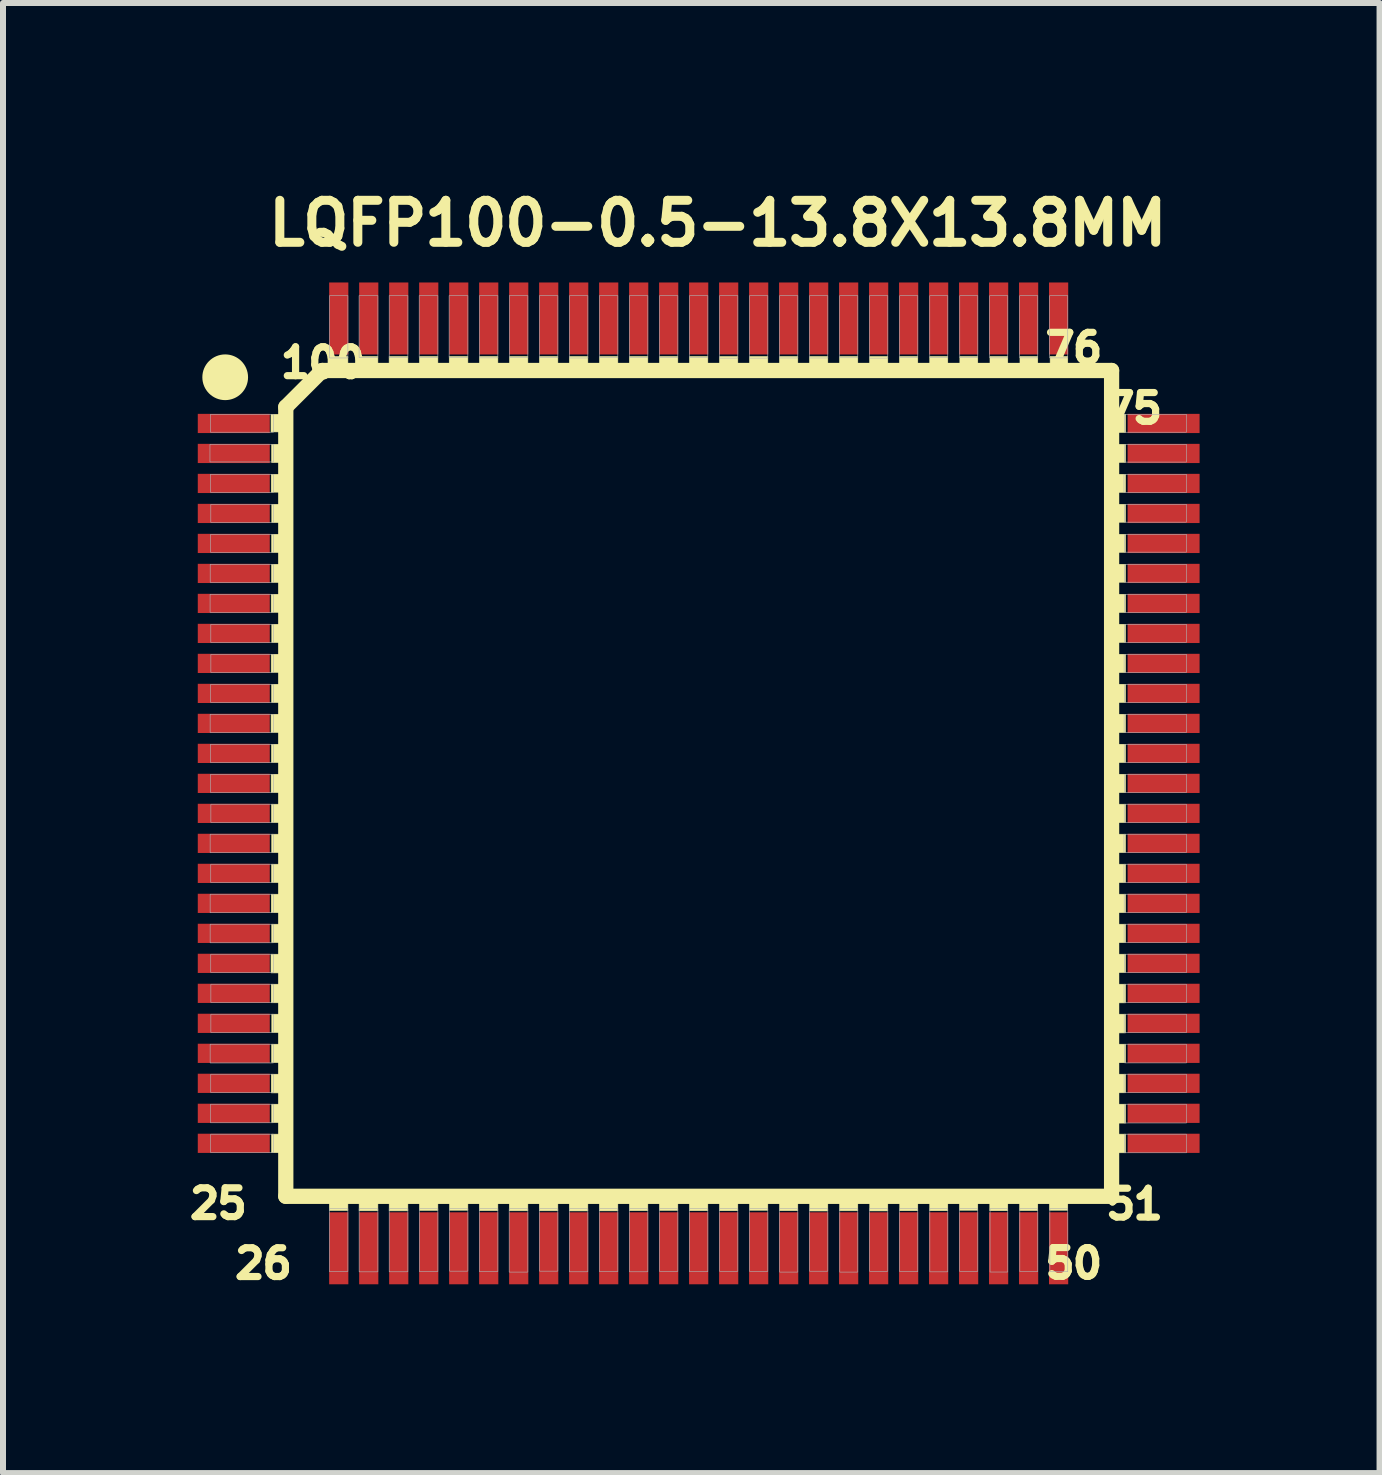
<source format=kicad_pcb>
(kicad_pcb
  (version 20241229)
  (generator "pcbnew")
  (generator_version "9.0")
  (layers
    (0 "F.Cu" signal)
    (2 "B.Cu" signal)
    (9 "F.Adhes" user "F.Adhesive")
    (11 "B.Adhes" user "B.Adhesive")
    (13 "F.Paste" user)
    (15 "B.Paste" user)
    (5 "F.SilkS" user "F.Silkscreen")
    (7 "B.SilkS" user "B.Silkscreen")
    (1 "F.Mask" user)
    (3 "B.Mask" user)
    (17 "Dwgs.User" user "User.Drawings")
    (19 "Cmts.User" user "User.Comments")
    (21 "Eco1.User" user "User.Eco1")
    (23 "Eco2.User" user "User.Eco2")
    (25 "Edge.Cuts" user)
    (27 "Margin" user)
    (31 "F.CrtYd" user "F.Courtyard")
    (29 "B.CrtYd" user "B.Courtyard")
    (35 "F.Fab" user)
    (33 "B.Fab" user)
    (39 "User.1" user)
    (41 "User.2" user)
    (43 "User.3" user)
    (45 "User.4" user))
  (footprint "LQFP100-0.5-13.8X13.8MM"
    (layer "F.Cu")
    (at 8.597 10.009)
    (property "Reference" "LQFP100-0.5-13.8X13.8MM" (at 0.318 -9.336 0) (layer "F.SilkS") (effects (font (size 0.7 0.7) (thickness 0.15))))
    (attr smd)
    (fp_line (start -6.883 -6.274) (end -6.274 -6.883) (stroke (width 0.254) (type solid)) (layer "F.SilkS"))
    (fp_line (start -6.883 6.883) (end -6.883 -6.274) (stroke (width 0.254) (type solid)) (layer "F.SilkS"))
    (fp_line (start -6.274 -6.883) (end 6.883 -6.883) (stroke (width 0.254) (type solid)) (layer "F.SilkS"))
    (fp_line (start 6.883 -6.883) (end 6.883 6.883) (stroke (width 0.254) (type solid)) (layer "F.SilkS"))
    (fp_line (start 6.883 6.883) (end -6.883 6.883) (stroke (width 0.254) (type solid)) (layer "F.SilkS"))
    (fp_circle (center -7.893 -6.77) (end -7.512 -6.77) (stroke (width 0) (type solid)) (fill yes) (layer "F.SilkS"))
    (fp_poly (pts (xy -7.129 2.848) (xy -6.861 2.848) (xy -6.861 3.159) (xy -7.129 3.159)) (stroke (width 0.01) (type solid)) (fill yes) (layer "F.SilkS"))
    (fp_poly (pts (xy -7.129 -6.152) (xy -6.861 -6.152) (xy -6.861 -5.859) (xy -7.129 -5.859)) (stroke (width 0.01) (type solid)) (fill yes) (layer "F.SilkS"))
    (fp_poly (pts (xy -7.128 -1.152) (xy -6.861 -1.152) (xy -6.861 -0.849) (xy -7.128 -0.849)) (stroke (width 0.01) (type solid)) (fill yes) (layer "F.SilkS"))
    (fp_poly (pts (xy -7.127 -0.152) (xy -6.861 -0.152) (xy -6.861 0.153) (xy -7.127 0.153)) (stroke (width 0.01) (type solid)) (fill yes) (layer "F.SilkS"))
    (fp_poly (pts (xy -7.126 -2.152) (xy -6.861 -2.152) (xy -6.861 -1.851) (xy -7.126 -1.851)) (stroke (width 0.01) (type solid)) (fill yes) (layer "F.SilkS"))
    (fp_poly (pts (xy -7.126 -3.152) (xy -6.861 -3.152) (xy -6.861 -2.852) (xy -7.126 -2.852)) (stroke (width 0.01) (type solid)) (fill yes) (layer "F.SilkS"))
    (fp_poly (pts (xy -7.125 -5.152) (xy -6.861 -5.152) (xy -6.861 -4.855) (xy -7.125 -4.855)) (stroke (width 0.01) (type solid)) (fill yes) (layer "F.SilkS"))
    (fp_poly (pts (xy -7.125 3.348) (xy -6.861 3.348) (xy -6.861 3.657) (xy -7.125 3.657)) (stroke (width 0.01) (type solid)) (fill yes) (layer "F.SilkS"))
    (fp_poly (pts (xy -7.124 4.848) (xy -6.861 4.848) (xy -6.861 5.159) (xy -7.124 5.159)) (stroke (width 0.01) (type solid)) (fill yes) (layer "F.SilkS"))
    (fp_poly (pts (xy -7.124 1.848) (xy -6.861 1.848) (xy -6.861 2.155) (xy -7.124 2.155)) (stroke (width 0.01) (type solid)) (fill yes) (layer "F.SilkS"))
    (fp_poly (pts (xy -7.121 -0.652) (xy -6.861 -0.652) (xy -6.861 -0.348) (xy -7.121 -0.348)) (stroke (width 0.01) (type solid)) (fill yes) (layer "F.SilkS"))
    (fp_poly (pts (xy -7.12 0.348) (xy -6.861 0.348) (xy -6.861 0.653) (xy -7.12 0.653)) (stroke (width 0.01) (type solid)) (fill yes) (layer "F.SilkS"))
    (fp_poly (pts (xy -7.119 1.348) (xy -6.861 1.348) (xy -6.861 1.653) (xy -7.119 1.653)) (stroke (width 0.01) (type solid)) (fill yes) (layer "F.SilkS"))
    (fp_poly (pts (xy -7.119 -3.652) (xy -6.861 -3.652) (xy -6.861 -3.35) (xy -7.119 -3.35)) (stroke (width 0.01) (type solid)) (fill yes) (layer "F.SilkS"))
    (fp_poly (pts (xy -7.119 5.848) (xy -6.861 5.848) (xy -6.861 6.156) (xy -7.119 6.156)) (stroke (width 0.01) (type solid)) (fill yes) (layer "F.SilkS"))
    (fp_poly (pts (xy -7.118 -1.652) (xy -6.861 -1.652) (xy -6.861 -1.348) (xy -7.118 -1.348)) (stroke (width 0.01) (type solid)) (fill yes) (layer "F.SilkS"))
    (fp_poly (pts (xy -7.118 -4.152) (xy -6.861 -4.152) (xy -6.861 -3.849) (xy -7.118 -3.849)) (stroke (width 0.01) (type solid)) (fill yes) (layer "F.SilkS"))
    (fp_poly (pts (xy -7.118 4.348) (xy -6.861 4.348) (xy -6.861 4.654) (xy -7.118 4.654)) (stroke (width 0.01) (type solid)) (fill yes) (layer "F.SilkS"))
    (fp_poly (pts (xy -7.118 -5.652) (xy -6.861 -5.652) (xy -6.861 -5.349) (xy -7.118 -5.349)) (stroke (width 0.01) (type solid)) (fill yes) (layer "F.SilkS"))
    (fp_poly (pts (xy -7.117 0.848) (xy -6.861 0.848) (xy -6.861 1.153) (xy -7.117 1.153)) (stroke (width 0.01) (type solid)) (fill yes) (layer "F.SilkS"))
    (fp_poly (pts (xy -7.117 2.348) (xy -6.861 2.348) (xy -6.861 2.653) (xy -7.117 2.653)) (stroke (width 0.01) (type solid)) (fill yes) (layer "F.SilkS"))
    (fp_poly (pts (xy -7.117 5.348) (xy -6.861 5.348) (xy -6.861 5.654) (xy -7.117 5.654)) (stroke (width 0.01) (type solid)) (fill yes) (layer "F.SilkS"))
    (fp_poly (pts (xy -7.116 -2.652) (xy -6.861 -2.652) (xy -6.861 -2.348) (xy -7.116 -2.348)) (stroke (width 0.01) (type solid)) (fill yes) (layer "F.SilkS"))
    (fp_poly (pts (xy -7.116 3.848) (xy -6.861 3.848) (xy -6.861 4.153) (xy -7.116 4.153)) (stroke (width 0.01) (type solid)) (fill yes) (layer "F.SilkS"))
    (fp_poly (pts (xy -7.116 -4.652) (xy -6.861 -4.652) (xy -6.861 -4.348) (xy -7.116 -4.348)) (stroke (width 0.01) (type solid)) (fill yes) (layer "F.SilkS"))
    (fp_poly (pts (xy -6.162 -7.115) (xy -5.848 -7.115) (xy -5.848 -6.872) (xy -6.162 -6.872)) (stroke (width 0.01) (type solid)) (fill yes) (layer "F.SilkS"))
    (fp_poly (pts (xy -6.156 6.861) (xy -5.848 6.861) (xy -5.848 7.119) (xy -6.156 7.119)) (stroke (width 0.01) (type solid)) (fill yes) (layer "F.SilkS"))
    (fp_poly (pts (xy -5.663 -7.115) (xy -5.348 -7.115) (xy -5.348 -6.874) (xy -5.663 -6.874)) (stroke (width 0.01) (type solid)) (fill yes) (layer "F.SilkS"))
    (fp_poly (pts (xy -5.66 6.861) (xy -5.348 6.861) (xy -5.348 7.124) (xy -5.66 7.124)) (stroke (width 0.01) (type solid)) (fill yes) (layer "F.SilkS"))
    (fp_poly (pts (xy -5.16 -7.115) (xy -4.848 -7.115) (xy -4.848 -6.872) (xy -5.16 -6.872)) (stroke (width 0.01) (type solid)) (fill yes) (layer "F.SilkS"))
    (fp_poly (pts (xy -5.159 6.861) (xy -4.848 6.861) (xy -4.848 7.125) (xy -5.159 7.125)) (stroke (width 0.01) (type solid)) (fill yes) (layer "F.SilkS"))
    (fp_poly (pts (xy -4.654 6.861) (xy -4.348 6.861) (xy -4.348 7.117) (xy -4.654 7.117)) (stroke (width 0.01) (type solid)) (fill yes) (layer "F.SilkS"))
    (fp_poly (pts (xy -4.654 -7.115) (xy -4.348 -7.115) (xy -4.348 -6.863) (xy -4.654 -6.863)) (stroke (width 0.01) (type solid)) (fill yes) (layer "F.SilkS"))
    (fp_poly (pts (xy -4.158 -7.115) (xy -3.848 -7.115) (xy -3.848 -6.87) (xy -4.158 -6.87)) (stroke (width 0.01) (type solid)) (fill yes) (layer "F.SilkS"))
    (fp_poly (pts (xy -4.153 6.861) (xy -3.848 6.861) (xy -3.848 7.115) (xy -4.153 7.115)) (stroke (width 0.01) (type solid)) (fill yes) (layer "F.SilkS"))
    (fp_poly (pts (xy -3.656 6.861) (xy -3.348 6.861) (xy -3.348 7.121) (xy -3.656 7.121)) (stroke (width 0.01) (type solid)) (fill yes) (layer "F.SilkS"))
    (fp_poly (pts (xy -3.654 -7.115) (xy -3.348 -7.115) (xy -3.348 -6.864) (xy -3.654 -6.864)) (stroke (width 0.01) (type solid)) (fill yes) (layer "F.SilkS"))
    (fp_poly (pts (xy -3.156 6.861) (xy -2.848 6.861) (xy -2.848 7.124) (xy -3.156 7.124)) (stroke (width 0.01) (type solid)) (fill yes) (layer "F.SilkS"))
    (fp_poly (pts (xy -3.153 -7.115) (xy -2.848 -7.115) (xy -2.848 -6.862) (xy -3.153 -6.862)) (stroke (width 0.01) (type solid)) (fill yes) (layer "F.SilkS"))
    (fp_poly (pts (xy -2.656 6.861) (xy -2.348 6.861) (xy -2.348 7.124) (xy -2.656 7.124)) (stroke (width 0.01) (type solid)) (fill yes) (layer "F.SilkS"))
    (fp_poly (pts (xy -2.654 -7.115) (xy -2.348 -7.115) (xy -2.348 -6.864) (xy -2.654 -6.864)) (stroke (width 0.01) (type solid)) (fill yes) (layer "F.SilkS"))
    (fp_poly (pts (xy -2.156 6.861) (xy -1.848 6.861) (xy -1.848 7.127) (xy -2.156 7.127)) (stroke (width 0.01) (type solid)) (fill yes) (layer "F.SilkS"))
    (fp_poly (pts (xy -2.155 -7.115) (xy -1.848 -7.115) (xy -1.848 -6.871) (xy -2.155 -6.871)) (stroke (width 0.01) (type solid)) (fill yes) (layer "F.SilkS"))
    (fp_poly (pts (xy -1.655 6.861) (xy -1.348 6.861) (xy -1.348 7.126) (xy -1.655 7.126)) (stroke (width 0.01) (type solid)) (fill yes) (layer "F.SilkS"))
    (fp_poly (pts (xy -1.653 -7.115) (xy -1.348 -7.115) (xy -1.348 -6.865) (xy -1.653 -6.865)) (stroke (width 0.01) (type solid)) (fill yes) (layer "F.SilkS"))
    (fp_poly (pts (xy -1.155 -7.115) (xy -0.848 -7.115) (xy -0.848 -6.874) (xy -1.155 -6.874)) (stroke (width 0.01) (type solid)) (fill yes) (layer "F.SilkS"))
    (fp_poly (pts (xy -1.154 6.861) (xy -0.848 6.861) (xy -0.848 7.122) (xy -1.154 7.122)) (stroke (width 0.01) (type solid)) (fill yes) (layer "F.SilkS"))
    (fp_poly (pts (xy -0.653 -7.115) (xy -0.348 -7.115) (xy -0.348 -6.864) (xy -0.653 -6.864)) (stroke (width 0.01) (type solid)) (fill yes) (layer "F.SilkS"))
    (fp_poly (pts (xy -0.653 6.861) (xy -0.348 6.861) (xy -0.348 7.117) (xy -0.653 7.117)) (stroke (width 0.01) (type solid)) (fill yes) (layer "F.SilkS"))
    (fp_poly (pts (xy -0.153 -7.115) (xy 0.152 -7.115) (xy 0.152 -6.873) (xy -0.153 -6.873)) (stroke (width 0.01) (type solid)) (fill yes) (layer "F.SilkS"))
    (fp_poly (pts (xy -0.153 6.861) (xy 0.152 6.861) (xy 0.152 7.122) (xy -0.153 7.122)) (stroke (width 0.01) (type solid)) (fill yes) (layer "F.SilkS"))
    (fp_poly (pts (xy 0.348 6.861) (xy 0.652 6.861) (xy 0.652 7.123) (xy 0.348 7.123)) (stroke (width 0.01) (type solid)) (fill yes) (layer "F.SilkS"))
    (fp_poly (pts (xy 0.348 -7.115) (xy 0.652 -7.115) (xy 0.652 -6.874) (xy 0.348 -6.874)) (stroke (width 0.01) (type solid)) (fill yes) (layer "F.SilkS"))
    (fp_poly (pts (xy 0.848 6.861) (xy 1.152 6.861) (xy 1.152 7.116) (xy 0.848 7.116)) (stroke (width 0.01) (type solid)) (fill yes) (layer "F.SilkS"))
    (fp_poly (pts (xy 0.848 -7.115) (xy 1.152 -7.115) (xy 1.152 -6.864) (xy 0.848 -6.864)) (stroke (width 0.01) (type solid)) (fill yes) (layer "F.SilkS"))
    (fp_poly (pts (xy 1.348 -7.115) (xy 1.652 -7.115) (xy 1.652 -6.862) (xy 1.348 -6.862)) (stroke (width 0.01) (type solid)) (fill yes) (layer "F.SilkS"))
    (fp_poly (pts (xy 1.349 6.861) (xy 1.652 6.861) (xy 1.652 7.122) (xy 1.349 7.122)) (stroke (width 0.01) (type solid)) (fill yes) (layer "F.SilkS"))
    (fp_poly (pts (xy 1.848 -7.115) (xy 2.152 -7.115) (xy 2.152 -6.863) (xy 1.848 -6.863)) (stroke (width 0.01) (type solid)) (fill yes) (layer "F.SilkS"))
    (fp_poly (pts (xy 1.851 6.861) (xy 2.152 6.861) (xy 2.152 7.128) (xy 1.851 7.128)) (stroke (width 0.01) (type solid)) (fill yes) (layer "F.SilkS"))
    (fp_poly (pts (xy 2.349 -7.115) (xy 2.652 -7.115) (xy 2.652 -6.865) (xy 2.349 -6.865)) (stroke (width 0.01) (type solid)) (fill yes) (layer "F.SilkS"))
    (fp_poly (pts (xy 2.35 6.861) (xy 2.652 6.861) (xy 2.652 7.124) (xy 2.35 7.124)) (stroke (width 0.01) (type solid)) (fill yes) (layer "F.SilkS"))
    (fp_poly (pts (xy 2.85 -7.115) (xy 3.152 -7.115) (xy 3.152 -6.867) (xy 2.85 -6.867)) (stroke (width 0.01) (type solid)) (fill yes) (layer "F.SilkS"))
    (fp_poly (pts (xy 2.852 6.861) (xy 3.152 6.861) (xy 3.152 7.127) (xy 2.852 7.127)) (stroke (width 0.01) (type solid)) (fill yes) (layer "F.SilkS"))
    (fp_poly (pts (xy 3.348 -7.115) (xy 3.652 -7.115) (xy 3.652 -6.863) (xy 3.348 -6.863)) (stroke (width 0.01) (type solid)) (fill yes) (layer "F.SilkS"))
    (fp_poly (pts (xy 3.352 6.861) (xy 3.652 6.861) (xy 3.652 7.123) (xy 3.352 7.123)) (stroke (width 0.01) (type solid)) (fill yes) (layer "F.SilkS"))
    (fp_poly (pts (xy 3.852 6.861) (xy 4.152 6.861) (xy 4.152 7.123) (xy 3.852 7.123)) (stroke (width 0.01) (type solid)) (fill yes) (layer "F.SilkS"))
    (fp_poly (pts (xy 3.852 -7.115) (xy 4.152 -7.115) (xy 4.152 -6.869) (xy 3.852 -6.869)) (stroke (width 0.01) (type solid)) (fill yes) (layer "F.SilkS"))
    (fp_poly (pts (xy 4.348 6.861) (xy 4.652 6.861) (xy 4.652 7.115) (xy 4.348 7.115)) (stroke (width 0.01) (type solid)) (fill yes) (layer "F.SilkS"))
    (fp_poly (pts (xy 4.354 -7.115) (xy 4.652 -7.115) (xy 4.652 -6.871) (xy 4.354 -6.871)) (stroke (width 0.01) (type solid)) (fill yes) (layer "F.SilkS"))
    (fp_poly (pts (xy 4.853 6.861) (xy 5.152 6.861) (xy 5.152 7.123) (xy 4.853 7.123)) (stroke (width 0.01) (type solid)) (fill yes) (layer "F.SilkS"))
    (fp_poly (pts (xy 4.856 -7.115) (xy 5.152 -7.115) (xy 5.152 -6.873) (xy 4.856 -6.873)) (stroke (width 0.01) (type solid)) (fill yes) (layer "F.SilkS"))
    (fp_poly (pts (xy 5.351 6.861) (xy 5.652 6.861) (xy 5.652 7.12) (xy 5.351 7.12)) (stroke (width 0.01) (type solid)) (fill yes) (layer "F.SilkS"))
    (fp_poly (pts (xy 5.356 -7.115) (xy 5.652 -7.115) (xy 5.652 -6.872) (xy 5.356 -6.872)) (stroke (width 0.01) (type solid)) (fill yes) (layer "F.SilkS"))
    (fp_poly (pts (xy 5.848 6.861) (xy 6.152 6.861) (xy 6.152 7.115) (xy 5.848 7.115)) (stroke (width 0.01) (type solid)) (fill yes) (layer "F.SilkS"))
    (fp_poly (pts (xy 5.859 -7.115) (xy 6.152 -7.115) (xy 6.152 -6.875) (xy 5.859 -6.875)) (stroke (width 0.01) (type solid)) (fill yes) (layer "F.SilkS"))
    (fp_poly (pts (xy 6.861 -2.152) (xy 7.115 -2.152) (xy 7.115 -1.848) (xy 6.861 -1.848)) (stroke (width 0.01) (type solid)) (fill yes) (layer "F.SilkS"))
    (fp_poly (pts (xy 6.862 1.348) (xy 7.115 1.348) (xy 7.115 1.653) (xy 6.862 1.653)) (stroke (width 0.01) (type solid)) (fill yes) (layer "F.SilkS"))
    (fp_poly (pts (xy 6.863 2.848) (xy 7.115 2.848) (xy 7.115 3.153) (xy 6.863 3.153)) (stroke (width 0.01) (type solid)) (fill yes) (layer "F.SilkS"))
    (fp_poly (pts (xy 6.864 -6.152) (xy 7.115 -6.152) (xy 7.115 -5.85) (xy 6.864 -5.85)) (stroke (width 0.01) (type solid)) (fill yes) (layer "F.SilkS"))
    (fp_poly (pts (xy 6.865 -0.652) (xy 7.115 -0.652) (xy 7.115 -0.348) (xy 6.865 -0.348)) (stroke (width 0.01) (type solid)) (fill yes) (layer "F.SilkS"))
    (fp_poly (pts (xy 6.865 2.348) (xy 7.115 2.348) (xy 7.115 2.654) (xy 6.865 2.654)) (stroke (width 0.01) (type solid)) (fill yes) (layer "F.SilkS"))
    (fp_poly (pts (xy 6.865 -5.652) (xy 7.115 -5.652) (xy 7.115 -5.351) (xy 6.865 -5.351)) (stroke (width 0.01) (type solid)) (fill yes) (layer "F.SilkS"))
    (fp_poly (pts (xy 6.866 4.348) (xy 7.115 4.348) (xy 7.115 4.656) (xy 6.866 4.656)) (stroke (width 0.01) (type solid)) (fill yes) (layer "F.SilkS"))
    (fp_poly (pts (xy 6.866 -3.152) (xy 7.115 -3.152) (xy 7.115 -2.85) (xy 6.866 -2.85)) (stroke (width 0.01) (type solid)) (fill yes) (layer "F.SilkS"))
    (fp_poly (pts (xy 6.866 5.848) (xy 7.115 5.848) (xy 7.115 6.157) (xy 6.866 6.157)) (stroke (width 0.01) (type solid)) (fill yes) (layer "F.SilkS"))
    (fp_poly (pts (xy 6.867 4.848) (xy 7.115 4.848) (xy 7.115 5.157) (xy 6.867 5.157)) (stroke (width 0.01) (type solid)) (fill yes) (layer "F.SilkS"))
    (fp_poly (pts (xy 6.867 0.848) (xy 7.115 0.848) (xy 7.115 1.153) (xy 6.867 1.153)) (stroke (width 0.01) (type solid)) (fill yes) (layer "F.SilkS"))
    (fp_poly (pts (xy 6.867 1.848) (xy 7.115 1.848) (xy 7.115 2.154) (xy 6.867 2.154)) (stroke (width 0.01) (type solid)) (fill yes) (layer "F.SilkS"))
    (fp_poly (pts (xy 6.868 -5.152) (xy 7.115 -5.152) (xy 7.115 -4.852) (xy 6.868 -4.852)) (stroke (width 0.01) (type solid)) (fill yes) (layer "F.SilkS"))
    (fp_poly (pts (xy 6.868 -1.652) (xy 7.115 -1.652) (xy 7.115 -1.349) (xy 6.868 -1.349)) (stroke (width 0.01) (type solid)) (fill yes) (layer "F.SilkS"))
    (fp_poly (pts (xy 6.868 -1.152) (xy 7.115 -1.152) (xy 7.115 -0.848) (xy 6.868 -0.848)) (stroke (width 0.01) (type solid)) (fill yes) (layer "F.SilkS"))
    (fp_poly (pts (xy 6.868 -4.152) (xy 7.115 -4.152) (xy 7.115 -3.852) (xy 6.868 -3.852)) (stroke (width 0.01) (type solid)) (fill yes) (layer "F.SilkS"))
    (fp_poly (pts (xy 6.868 -2.652) (xy 7.115 -2.652) (xy 7.115 -2.35) (xy 6.868 -2.35)) (stroke (width 0.01) (type solid)) (fill yes) (layer "F.SilkS"))
    (fp_poly (pts (xy 6.869 -4.652) (xy 7.115 -4.652) (xy 7.115 -4.353) (xy 6.869 -4.353)) (stroke (width 0.01) (type solid)) (fill yes) (layer "F.SilkS"))
    (fp_poly (pts (xy 6.87 0.348) (xy 7.115 0.348) (xy 7.115 0.653) (xy 6.87 0.653)) (stroke (width 0.01) (type solid)) (fill yes) (layer "F.SilkS"))
    (fp_poly (pts (xy 6.871 -0.152) (xy 7.115 -0.152) (xy 7.115 0.153) (xy 6.871 0.153)) (stroke (width 0.01) (type solid)) (fill yes) (layer "F.SilkS"))
    (fp_poly (pts (xy 6.871 3.348) (xy 7.115 3.348) (xy 7.115 3.658) (xy 6.871 3.658)) (stroke (width 0.01) (type solid)) (fill yes) (layer "F.SilkS"))
    (fp_poly (pts (xy 6.872 -3.652) (xy 7.115 -3.652) (xy 7.115 -3.353) (xy 6.872 -3.353)) (stroke (width 0.01) (type solid)) (fill yes) (layer "F.SilkS"))
    (fp_poly (pts (xy 6.872 3.848) (xy 7.115 3.848) (xy 7.115 4.159) (xy 6.872 4.159)) (stroke (width 0.01) (type solid)) (fill yes) (layer "F.SilkS"))
    (fp_poly (pts (xy 6.874 5.348) (xy 7.115 5.348) (xy 7.115 5.663) (xy 6.874 5.663)) (stroke (width 0.01) (type solid)) (fill yes) (layer "F.SilkS"))
    (fp_poly (pts (xy -8.147 -5.652) (xy -7.09 -5.652) (xy -7.09 -5.358) (xy -8.147 -5.358)) (stroke (width 0.01) (type solid)) (fill no) (layer "F.Fab"))
    (fp_poly (pts (xy -8.145 -3.152) (xy -7.09 -3.152) (xy -7.09 -2.852) (xy -8.145 -2.852)) (stroke (width 0.01) (type solid)) (fill no) (layer "F.Fab"))
    (fp_poly (pts (xy -8.144 1.848) (xy -7.09 1.848) (xy -7.09 2.156) (xy -8.144 2.156)) (stroke (width 0.01) (type solid)) (fill no) (layer "F.Fab"))
    (fp_poly (pts (xy -8.144 2.348) (xy -7.09 2.348) (xy -7.09 2.657) (xy -8.144 2.657)) (stroke (width 0.01) (type solid)) (fill no) (layer "F.Fab"))
    (fp_poly (pts (xy -8.144 0.848) (xy -7.09 0.848) (xy -7.09 1.154) (xy -8.144 1.154)) (stroke (width 0.01) (type solid)) (fill no) (layer "F.Fab"))
    (fp_poly (pts (xy -8.144 4.348) (xy -7.09 4.348) (xy -7.09 4.66) (xy -8.144 4.66)) (stroke (width 0.01) (type solid)) (fill no) (layer "F.Fab"))
    (fp_poly (pts (xy -8.144 -1.152) (xy -7.09 -1.152) (xy -7.09 -0.849) (xy -8.144 -0.849)) (stroke (width 0.01) (type solid)) (fill no) (layer "F.Fab"))
    (fp_poly (pts (xy -8.143 -3.652) (xy -7.09 -3.652) (xy -7.09 -3.352) (xy -8.143 -3.352)) (stroke (width 0.01) (type solid)) (fill no) (layer "F.Fab"))
    (fp_poly (pts (xy -8.139 -6.152) (xy -7.09 -6.152) (xy -7.09 -5.854) (xy -8.139 -5.854)) (stroke (width 0.01) (type solid)) (fill no) (layer "F.Fab"))
    (fp_poly (pts (xy -8.139 -5.152) (xy -7.09 -5.152) (xy -7.09 -4.852) (xy -8.139 -4.852)) (stroke (width 0.01) (type solid)) (fill no) (layer "F.Fab"))
    (fp_poly (pts (xy -8.139 -0.652) (xy -7.09 -0.652) (xy -7.09 -0.348) (xy -8.139 -0.348)) (stroke (width 0.01) (type solid)) (fill no) (layer "F.Fab"))
    (fp_poly (pts (xy -8.138 5.348) (xy -7.09 5.348) (xy -7.09 5.657) (xy -8.138 5.657)) (stroke (width 0.01) (type solid)) (fill no) (layer "F.Fab"))
    (fp_poly (pts (xy -8.137 -0.152) (xy -7.09 -0.152) (xy -7.09 0.153) (xy -8.137 0.153)) (stroke (width 0.01) (type solid)) (fill no) (layer "F.Fab"))
    (fp_poly (pts (xy -8.136 -4.152) (xy -7.09 -4.152) (xy -7.09 -3.85) (xy -8.136 -3.85)) (stroke (width 0.01) (type solid)) (fill no) (layer "F.Fab"))
    (fp_poly (pts (xy -8.135 -1.652) (xy -7.09 -1.652) (xy -7.09 -1.348) (xy -8.135 -1.348)) (stroke (width 0.01) (type solid)) (fill no) (layer "F.Fab"))
    (fp_poly (pts (xy -8.135 5.848) (xy -7.09 5.848) (xy -7.09 6.155) (xy -8.135 6.155)) (stroke (width 0.01) (type solid)) (fill no) (layer "F.Fab"))
    (fp_poly (pts (xy -8.134 1.348) (xy -7.09 1.348) (xy -7.09 1.653) (xy -8.134 1.653)) (stroke (width 0.01) (type solid)) (fill no) (layer "F.Fab"))
    (fp_poly (pts (xy -8.134 4.848) (xy -7.09 4.848) (xy -7.09 5.154) (xy -8.134 5.154)) (stroke (width 0.01) (type solid)) (fill no) (layer "F.Fab"))
    (fp_poly (pts (xy -8.134 2.848) (xy -7.09 2.848) (xy -7.09 3.153) (xy -8.134 3.153)) (stroke (width 0.01) (type solid)) (fill no) (layer "F.Fab"))
    (fp_poly (pts (xy -8.133 -2.652) (xy -7.09 -2.652) (xy -7.09 -2.348) (xy -8.133 -2.348)) (stroke (width 0.01) (type solid)) (fill no) (layer "F.Fab"))
    (fp_poly (pts (xy -8.133 -4.652) (xy -7.09 -4.652) (xy -7.09 -4.349) (xy -8.133 -4.349)) (stroke (width 0.01) (type solid)) (fill no) (layer "F.Fab"))
    (fp_poly (pts (xy -8.132 3.348) (xy -7.09 3.348) (xy -7.09 3.653) (xy -8.132 3.653)) (stroke (width 0.01) (type solid)) (fill no) (layer "F.Fab"))
    (fp_poly (pts (xy -8.132 3.848) (xy -7.09 3.848) (xy -7.09 4.153) (xy -8.132 4.153)) (stroke (width 0.01) (type solid)) (fill no) (layer "F.Fab"))
    (fp_poly (pts (xy -8.132 0.348) (xy -7.09 0.348) (xy -7.09 0.652) (xy -8.132 0.652)) (stroke (width 0.01) (type solid)) (fill no) (layer "F.Fab"))
    (fp_poly (pts (xy -8.132 -2.152) (xy -7.09 -2.152) (xy -7.09 -1.848) (xy -8.132 -1.848)) (stroke (width 0.01) (type solid)) (fill no) (layer "F.Fab"))
    (fp_poly (pts (xy -6.157 7.09) (xy -5.848 7.09) (xy -5.848 8.137) (xy -6.157 8.137)) (stroke (width 0.01) (type solid)) (fill no) (layer "F.Fab"))
    (fp_poly (pts (xy -6.154 -8.131) (xy -5.848 -8.131) (xy -5.848 -7.092) (xy -6.154 -7.092)) (stroke (width 0.01) (type solid)) (fill no) (layer "F.Fab"))
    (fp_poly (pts (xy -5.661 -8.131) (xy -5.348 -8.131) (xy -5.348 -7.101) (xy -5.661 -7.101)) (stroke (width 0.01) (type solid)) (fill no) (layer "F.Fab"))
    (fp_poly (pts (xy -5.66 7.09) (xy -5.348 7.09) (xy -5.348 8.142) (xy -5.66 8.142)) (stroke (width 0.01) (type solid)) (fill no) (layer "F.Fab"))
    (fp_poly (pts (xy -5.159 -8.131) (xy -4.848 -8.131) (xy -4.848 -7.099) (xy -5.159 -7.099)) (stroke (width 0.01) (type solid)) (fill no) (layer "F.Fab"))
    (fp_poly (pts (xy -5.159 7.09) (xy -4.848 7.09) (xy -4.848 8.141) (xy -5.159 8.141)) (stroke (width 0.01) (type solid)) (fill no) (layer "F.Fab"))
    (fp_poly (pts (xy -4.659 -8.131) (xy -4.348 -8.131) (xy -4.348 -7.1) (xy -4.659 -7.1)) (stroke (width 0.01) (type solid)) (fill no) (layer "F.Fab"))
    (fp_poly (pts (xy -4.656 7.09) (xy -4.348 7.09) (xy -4.348 8.138) (xy -4.656 8.138)) (stroke (width 0.01) (type solid)) (fill no) (layer "F.Fab"))
    (fp_poly (pts (xy -4.16 -8.131) (xy -3.848 -8.131) (xy -3.848 -7.102) (xy -4.16 -7.102)) (stroke (width 0.01) (type solid)) (fill no) (layer "F.Fab"))
    (fp_poly (pts (xy -4.152 7.09) (xy -3.848 7.09) (xy -3.848 8.131) (xy -4.152 8.131)) (stroke (width 0.01) (type solid)) (fill no) (layer "F.Fab"))
    (fp_poly (pts (xy -3.656 7.09) (xy -3.348 7.09) (xy -3.348 8.138) (xy -3.656 8.138)) (stroke (width 0.01) (type solid)) (fill no) (layer "F.Fab"))
    (fp_poly (pts (xy -3.655 -8.131) (xy -3.348 -8.131) (xy -3.348 -7.094) (xy -3.655 -7.094)) (stroke (width 0.01) (type solid)) (fill no) (layer "F.Fab"))
    (fp_poly (pts (xy -3.159 7.09) (xy -2.848 7.09) (xy -2.848 8.147) (xy -3.159 8.147)) (stroke (width 0.01) (type solid)) (fill no) (layer "F.Fab"))
    (fp_poly (pts (xy -3.157 -8.131) (xy -2.848 -8.131) (xy -2.848 -7.099) (xy -3.157 -7.099)) (stroke (width 0.01) (type solid)) (fill no) (layer "F.Fab"))
    (fp_poly (pts (xy -2.655 -8.131) (xy -2.348 -8.131) (xy -2.348 -7.096) (xy -2.655 -7.096)) (stroke (width 0.01) (type solid)) (fill no) (layer "F.Fab"))
    (fp_poly (pts (xy -2.653 7.09) (xy -2.348 7.09) (xy -2.348 8.131) (xy -2.653 8.131)) (stroke (width 0.01) (type solid)) (fill no) (layer "F.Fab"))
    (fp_poly (pts (xy -2.155 7.09) (xy -1.848 7.09) (xy -1.848 8.141) (xy -2.155 8.141)) (stroke (width 0.01) (type solid)) (fill no) (layer "F.Fab"))
    (fp_poly (pts (xy -2.153 -8.131) (xy -1.848 -8.131) (xy -1.848 -7.092) (xy -2.153 -7.092)) (stroke (width 0.01) (type solid)) (fill no) (layer "F.Fab"))
    (fp_poly (pts (xy -1.655 -8.131) (xy -1.348 -8.131) (xy -1.348 -7.099) (xy -1.655 -7.099)) (stroke (width 0.01) (type solid)) (fill no) (layer "F.Fab"))
    (fp_poly (pts (xy -1.654 7.09) (xy -1.348 7.09) (xy -1.348 8.139) (xy -1.654 8.139)) (stroke (width 0.01) (type solid)) (fill no) (layer "F.Fab"))
    (fp_poly (pts (xy -1.154 -8.131) (xy -0.848 -8.131) (xy -0.848 -7.102) (xy -1.154 -7.102)) (stroke (width 0.01) (type solid)) (fill no) (layer "F.Fab"))
    (fp_poly (pts (xy -1.154 7.09) (xy -0.848 7.09) (xy -0.848 8.141) (xy -1.154 8.141)) (stroke (width 0.01) (type solid)) (fill no) (layer "F.Fab"))
    (fp_poly (pts (xy -0.653 -8.131) (xy -0.348 -8.131) (xy -0.348 -7.1) (xy -0.653 -7.1)) (stroke (width 0.01) (type solid)) (fill no) (layer "F.Fab"))
    (fp_poly (pts (xy -0.653 7.09) (xy -0.348 7.09) (xy -0.348 8.136) (xy -0.653 8.136)) (stroke (width 0.01) (type solid)) (fill no) (layer "F.Fab"))
    (fp_poly (pts (xy -0.153 -8.131) (xy 0.152 -8.131) (xy 0.152 -7.103) (xy -0.153 -7.103)) (stroke (width 0.01) (type solid)) (fill no) (layer "F.Fab"))
    (fp_poly (pts (xy -0.153 7.09) (xy 0.152 7.09) (xy 0.152 8.14) (xy -0.153 8.14)) (stroke (width 0.01) (type solid)) (fill no) (layer "F.Fab"))
    (fp_poly (pts (xy 0.348 -8.131) (xy 0.652 -8.131) (xy 0.652 -7.09) (xy 0.348 -7.09)) (stroke (width 0.01) (type solid)) (fill no) (layer "F.Fab"))
    (fp_poly (pts (xy 0.348 7.09) (xy 0.652 7.09) (xy 0.652 8.135) (xy 0.348 8.135)) (stroke (width 0.01) (type solid)) (fill no) (layer "F.Fab"))
    (fp_poly (pts (xy 0.848 -8.131) (xy 1.152 -8.131) (xy 1.152 -7.09) (xy 0.848 -7.09)) (stroke (width 0.01) (type solid)) (fill no) (layer "F.Fab"))
    (fp_poly (pts (xy 0.848 7.09) (xy 1.152 7.09) (xy 1.152 8.136) (xy 0.848 8.136)) (stroke (width 0.01) (type solid)) (fill no) (layer "F.Fab"))
    (fp_poly (pts (xy 1.348 -8.131) (xy 1.652 -8.131) (xy 1.652 -7.092) (xy 1.348 -7.092)) (stroke (width 0.01) (type solid)) (fill no) (layer "F.Fab"))
    (fp_poly (pts (xy 1.35 7.09) (xy 1.652 7.09) (xy 1.652 8.147) (xy 1.35 8.147)) (stroke (width 0.01) (type solid)) (fill no) (layer "F.Fab"))
    (fp_poly (pts (xy 1.848 7.09) (xy 2.152 7.09) (xy 2.152 8.132) (xy 1.848 8.132)) (stroke (width 0.01) (type solid)) (fill no) (layer "F.Fab"))
    (fp_poly (pts (xy 1.848 -8.131) (xy 2.152 -8.131) (xy 2.152 -7.092) (xy 1.848 -7.092)) (stroke (width 0.01) (type solid)) (fill no) (layer "F.Fab"))
    (fp_poly (pts (xy 2.349 -8.131) (xy 2.652 -8.131) (xy 2.652 -7.095) (xy 2.349 -7.095)) (stroke (width 0.01) (type solid)) (fill no) (layer "F.Fab"))
    (fp_poly (pts (xy 2.352 7.09) (xy 2.652 7.09) (xy 2.652 8.147) (xy 2.352 8.147)) (stroke (width 0.01) (type solid)) (fill no) (layer "F.Fab"))
    (fp_poly (pts (xy 2.848 -8.131) (xy 3.152 -8.131) (xy 3.152 -7.09) (xy 2.848 -7.09)) (stroke (width 0.01) (type solid)) (fill no) (layer "F.Fab"))
    (fp_poly (pts (xy 2.848 7.09) (xy 3.152 7.09) (xy 3.152 8.133) (xy 2.848 8.133)) (stroke (width 0.01) (type solid)) (fill no) (layer "F.Fab"))
    (fp_poly (pts (xy 3.351 -8.131) (xy 3.652 -8.131) (xy 3.652 -7.098) (xy 3.351 -7.098)) (stroke (width 0.01) (type solid)) (fill no) (layer "F.Fab"))
    (fp_poly (pts (xy 3.351 7.09) (xy 3.652 7.09) (xy 3.652 8.14) (xy 3.351 8.14)) (stroke (width 0.01) (type solid)) (fill no) (layer "F.Fab"))
    (fp_poly (pts (xy 3.852 -8.131) (xy 4.152 -8.131) (xy 4.152 -7.098) (xy 3.852 -7.098)) (stroke (width 0.01) (type solid)) (fill no) (layer "F.Fab"))
    (fp_poly (pts (xy 3.853 7.09) (xy 4.152 7.09) (xy 4.152 8.142) (xy 3.853 8.142)) (stroke (width 0.01) (type solid)) (fill no) (layer "F.Fab"))
    (fp_poly (pts (xy 4.35 7.09) (xy 4.652 7.09) (xy 4.652 8.136) (xy 4.35 8.136)) (stroke (width 0.01) (type solid)) (fill no) (layer "F.Fab"))
    (fp_poly (pts (xy 4.352 -8.131) (xy 4.652 -8.131) (xy 4.652 -7.096) (xy 4.352 -7.096)) (stroke (width 0.01) (type solid)) (fill no) (layer "F.Fab"))
    (fp_poly (pts (xy 4.851 -8.131) (xy 5.152 -8.131) (xy 5.152 -7.094) (xy 4.851 -7.094)) (stroke (width 0.01) (type solid)) (fill no) (layer "F.Fab"))
    (fp_poly (pts (xy 4.857 7.09) (xy 5.152 7.09) (xy 5.152 8.146) (xy 4.857 8.146)) (stroke (width 0.01) (type solid)) (fill no) (layer "F.Fab"))
    (fp_poly (pts (xy 5.351 -8.131) (xy 5.652 -8.131) (xy 5.652 -7.094) (xy 5.351 -7.094)) (stroke (width 0.01) (type solid)) (fill no) (layer "F.Fab"))
    (fp_poly (pts (xy 5.353 7.09) (xy 5.652 7.09) (xy 5.652 8.139) (xy 5.353 8.139)) (stroke (width 0.01) (type solid)) (fill no) (layer "F.Fab"))
    (fp_poly (pts (xy 5.85 -8.131) (xy 6.152 -8.131) (xy 6.152 -7.093) (xy 5.85 -7.093)) (stroke (width 0.01) (type solid)) (fill no) (layer "F.Fab"))
    (fp_poly (pts (xy 5.854 7.09) (xy 6.152 7.09) (xy 6.152 8.14) (xy 5.854 8.14)) (stroke (width 0.01) (type solid)) (fill no) (layer "F.Fab"))
    (fp_poly (pts (xy 7.09 0.848) (xy 8.131 0.848) (xy 8.131 1.152) (xy 7.09 1.152)) (stroke (width 0.01) (type solid)) (fill no) (layer "F.Fab"))
    (fp_poly (pts (xy 7.09 -5.152) (xy 8.131 -5.152) (xy 8.131 -4.848) (xy 7.09 -4.848)) (stroke (width 0.01) (type solid)) (fill no) (layer "F.Fab"))
    (fp_poly (pts (xy 7.09 1.348) (xy 8.131 1.348) (xy 8.131 1.653) (xy 7.09 1.653)) (stroke (width 0.01) (type solid)) (fill no) (layer "F.Fab"))
    (fp_poly (pts (xy 7.091 3.348) (xy 8.131 3.348) (xy 8.131 3.653) (xy 7.091 3.653)) (stroke (width 0.01) (type solid)) (fill no) (layer "F.Fab"))
    (fp_poly (pts (xy 7.092 -1.152) (xy 8.131 -1.152) (xy 8.131 -0.848) (xy 7.092 -0.848)) (stroke (width 0.01) (type solid)) (fill no) (layer "F.Fab"))
    (fp_poly (pts (xy 7.092 -2.152) (xy 8.131 -2.152) (xy 8.131 -1.848) (xy 7.092 -1.848)) (stroke (width 0.01) (type solid)) (fill no) (layer "F.Fab"))
    (fp_poly (pts (xy 7.092 2.348) (xy 8.131 2.348) (xy 8.131 2.653) (xy 7.092 2.653)) (stroke (width 0.01) (type solid)) (fill no) (layer "F.Fab"))
    (fp_poly (pts (xy 7.092 4.848) (xy 8.131 4.848) (xy 8.131 5.154) (xy 7.092 5.154)) (stroke (width 0.01) (type solid)) (fill no) (layer "F.Fab"))
    (fp_poly (pts (xy 7.093 3.848) (xy 8.131 3.848) (xy 8.131 4.154) (xy 7.093 4.154)) (stroke (width 0.01) (type solid)) (fill no) (layer "F.Fab"))
    (fp_poly (pts (xy 7.093 1.848) (xy 8.131 1.848) (xy 8.131 2.153) (xy 7.093 2.153)) (stroke (width 0.01) (type solid)) (fill no) (layer "F.Fab"))
    (fp_poly (pts (xy 7.094 0.348) (xy 8.131 0.348) (xy 8.131 0.653) (xy 7.094 0.653)) (stroke (width 0.01) (type solid)) (fill no) (layer "F.Fab"))
    (fp_poly (pts (xy 7.094 -0.652) (xy 8.131 -0.652) (xy 8.131 -0.348) (xy 7.094 -0.348)) (stroke (width 0.01) (type solid)) (fill no) (layer "F.Fab"))
    (fp_poly (pts (xy 7.096 -3.152) (xy 8.131 -3.152) (xy 8.131 -2.85) (xy 7.096 -2.85)) (stroke (width 0.01) (type solid)) (fill no) (layer "F.Fab"))
    (fp_poly (pts (xy 7.096 2.848) (xy 8.131 2.848) (xy 8.131 3.155) (xy 7.096 3.155)) (stroke (width 0.01) (type solid)) (fill no) (layer "F.Fab"))
    (fp_poly (pts (xy 7.096 -2.652) (xy 8.131 -2.652) (xy 8.131 -2.35) (xy 7.096 -2.35)) (stroke (width 0.01) (type solid)) (fill no) (layer "F.Fab"))
    (fp_poly (pts (xy 7.096 5.848) (xy 8.131 5.848) (xy 8.131 6.158) (xy 7.096 6.158)) (stroke (width 0.01) (type solid)) (fill no) (layer "F.Fab"))
    (fp_poly (pts (xy 7.097 -6.152) (xy 8.131 -6.152) (xy 8.131 -5.854) (xy 7.097 -5.854)) (stroke (width 0.01) (type solid)) (fill no) (layer "F.Fab"))
    (fp_poly (pts (xy 7.1 4.348) (xy 8.131 4.348) (xy 8.131 4.659) (xy 7.1 4.659)) (stroke (width 0.01) (type solid)) (fill no) (layer "F.Fab"))
    (fp_poly (pts (xy 7.1 -1.652) (xy 8.131 -1.652) (xy 8.131 -1.35) (xy 7.1 -1.35)) (stroke (width 0.01) (type solid)) (fill no) (layer "F.Fab"))
    (fp_poly (pts (xy 7.1 -0.152) (xy 8.131 -0.152) (xy 8.131 0.153) (xy 7.1 0.153)) (stroke (width 0.01) (type solid)) (fill no) (layer "F.Fab"))
    (fp_poly (pts (xy 7.1 -5.652) (xy 8.131 -5.652) (xy 8.131 -5.356) (xy 7.1 -5.356)) (stroke (width 0.01) (type solid)) (fill no) (layer "F.Fab"))
    (fp_poly (pts (xy 7.101 5.348) (xy 8.131 5.348) (xy 8.131 5.661) (xy 7.101 5.661)) (stroke (width 0.01) (type solid)) (fill no) (layer "F.Fab"))
    (fp_poly (pts (xy 7.101 -4.152) (xy 8.131 -4.152) (xy 8.131 -3.854) (xy 7.101 -3.854)) (stroke (width 0.01) (type solid)) (fill no) (layer "F.Fab"))
    (fp_poly (pts (xy 7.102 -3.652) (xy 8.131 -3.652) (xy 8.131 -3.353) (xy 7.102 -3.353)) (stroke (width 0.01) (type solid)) (fill no) (layer "F.Fab"))
    (fp_poly (pts (xy 7.102 -4.652) (xy 8.131 -4.652) (xy 8.131 -4.355) (xy 7.102 -4.355)) (stroke (width 0.01) (type solid)) (fill no) (layer "F.Fab"))
    (fp_text user "100" (at -6.262 -7.013 0) (layer "F.SilkS") (effects (font (size 0.481 0.481) (thickness 0.15))))
    (fp_text user "76" (at 6.254 -7.255 0) (layer "F.SilkS") (effects (font (size 0.48 0.48) (thickness 0.15))))
    (fp_text user "25" (at -8.007 7.006 0) (layer "F.SilkS") (effects (font (size 0.48 0.48) (thickness 0.15))))
    (fp_text user "75" (at 7.251 -6.251 0) (layer "F.SilkS") (effects (font (size 0.48 0.48) (thickness 0.15))))
    (fp_text user "26" (at -7.255 8.005 0) (layer "F.SilkS") (effects (font (size 0.48 0.48) (thickness 0.15))))
    (fp_text user "50" (at 6.252 8.002 0) (layer "F.SilkS") (effects (font (size 0.48 0.48) (thickness 0.15))))
    (fp_text user "51" (at 7.264 7.013 0) (layer "F.SilkS") (effects (font (size 0.481 0.481) (thickness 0.15))))
    (pad "1" smd rect (at -7.75 -6) (size 1.2 0.32) (layers "F.Cu" "F.Mask" "F.Paste"))
    (pad "2" smd rect (at -7.75 -5.5) (size 1.2 0.32) (layers "F.Cu" "F.Mask" "F.Paste"))
    (pad "3" smd rect (at -7.75 -5) (size 1.2 0.32) (layers "F.Cu" "F.Mask" "F.Paste"))
    (pad "4" smd rect (at -7.75 -4.5) (size 1.2 0.32) (layers "F.Cu" "F.Mask" "F.Paste"))
    (pad "5" smd rect (at -7.75 -4) (size 1.2 0.32) (layers "F.Cu" "F.Mask" "F.Paste"))
    (pad "6" smd rect (at -7.75 -3.5) (size 1.2 0.32) (layers "F.Cu" "F.Mask" "F.Paste"))
    (pad "7" smd rect (at -7.75 -3) (size 1.2 0.32) (layers "F.Cu" "F.Mask" "F.Paste"))
    (pad "8" smd rect (at -7.75 -2.5) (size 1.2 0.32) (layers "F.Cu" "F.Mask" "F.Paste"))
    (pad "9" smd rect (at -7.75 -2) (size 1.2 0.32) (layers "F.Cu" "F.Mask" "F.Paste"))
    (pad "10" smd rect (at -7.75 -1.5) (size 1.2 0.32) (layers "F.Cu" "F.Mask" "F.Paste"))
    (pad "11" smd rect (at -7.75 -1) (size 1.2 0.32) (layers "F.Cu" "F.Mask" "F.Paste"))
    (pad "12" smd rect (at -7.75 -0.5) (size 1.2 0.32) (layers "F.Cu" "F.Mask" "F.Paste"))
    (pad "13" smd rect (at -7.75 0) (size 1.2 0.32) (layers "F.Cu" "F.Mask" "F.Paste"))
    (pad "14" smd rect (at -7.75 0.5) (size 1.2 0.32) (layers "F.Cu" "F.Mask" "F.Paste"))
    (pad "15" smd rect (at -7.75 1) (size 1.2 0.32) (layers "F.Cu" "F.Mask" "F.Paste"))
    (pad "16" smd rect (at -7.75 1.5) (size 1.2 0.32) (layers "F.Cu" "F.Mask" "F.Paste"))
    (pad "17" smd rect (at -7.75 2) (size 1.2 0.32) (layers "F.Cu" "F.Mask" "F.Paste"))
    (pad "18" smd rect (at -7.75 2.5) (size 1.2 0.32) (layers "F.Cu" "F.Mask" "F.Paste"))
    (pad "19" smd rect (at -7.75 3) (size 1.2 0.32) (layers "F.Cu" "F.Mask" "F.Paste"))
    (pad "20" smd rect (at -7.75 3.5) (size 1.2 0.32) (layers "F.Cu" "F.Mask" "F.Paste"))
    (pad "21" smd rect (at -7.75 4) (size 1.2 0.32) (layers "F.Cu" "F.Mask" "F.Paste"))
    (pad "22" smd rect (at -7.75 4.5) (size 1.2 0.32) (layers "F.Cu" "F.Mask" "F.Paste"))
    (pad "23" smd rect (at -7.75 5) (size 1.2 0.32) (layers "F.Cu" "F.Mask" "F.Paste"))
    (pad "24" smd rect (at -7.75 5.5) (size 1.2 0.32) (layers "F.Cu" "F.Mask" "F.Paste"))
    (pad "25" smd rect (at -7.75 6) (size 1.2 0.32) (layers "F.Cu" "F.Mask" "F.Paste"))
    (pad "26" smd rect (at -6 7.75) (size 0.32 1.2) (layers "F.Cu" "F.Mask" "F.Paste"))
    (pad "27" smd rect (at -5.5 7.75) (size 0.32 1.2) (layers "F.Cu" "F.Mask" "F.Paste"))
    (pad "28" smd rect (at -5 7.75) (size 0.32 1.2) (layers "F.Cu" "F.Mask" "F.Paste"))
    (pad "29" smd rect (at -4.5 7.75) (size 0.32 1.2) (layers "F.Cu" "F.Mask" "F.Paste"))
    (pad "30" smd rect (at -4 7.75) (size 0.32 1.2) (layers "F.Cu" "F.Mask" "F.Paste"))
    (pad "31" smd rect (at -3.5 7.75) (size 0.32 1.2) (layers "F.Cu" "F.Mask" "F.Paste"))
    (pad "32" smd rect (at -3 7.75) (size 0.32 1.2) (layers "F.Cu" "F.Mask" "F.Paste"))
    (pad "33" smd rect (at -2.5 7.75) (size 0.32 1.2) (layers "F.Cu" "F.Mask" "F.Paste"))
    (pad "34" smd rect (at -2 7.75) (size 0.32 1.2) (layers "F.Cu" "F.Mask" "F.Paste"))
    (pad "35" smd rect (at -1.5 7.75) (size 0.32 1.2) (layers "F.Cu" "F.Mask" "F.Paste"))
    (pad "36" smd rect (at -1 7.75) (size 0.32 1.2) (layers "F.Cu" "F.Mask" "F.Paste"))
    (pad "37" smd rect (at -0.5 7.75) (size 0.32 1.2) (layers "F.Cu" "F.Mask" "F.Paste"))
    (pad "38" smd rect (at 0 7.75) (size 0.32 1.2) (layers "F.Cu" "F.Mask" "F.Paste"))
    (pad "39" smd rect (at 0.5 7.75) (size 0.32 1.2) (layers "F.Cu" "F.Mask" "F.Paste"))
    (pad "40" smd rect (at 1 7.75) (size 0.32 1.2) (layers "F.Cu" "F.Mask" "F.Paste"))
    (pad "41" smd rect (at 1.5 7.75) (size 0.32 1.2) (layers "F.Cu" "F.Mask" "F.Paste"))
    (pad "42" smd rect (at 2 7.75) (size 0.32 1.2) (layers "F.Cu" "F.Mask" "F.Paste"))
    (pad "43" smd rect (at 2.5 7.75) (size 0.32 1.2) (layers "F.Cu" "F.Mask" "F.Paste"))
    (pad "44" smd rect (at 3 7.75) (size 0.32 1.2) (layers "F.Cu" "F.Mask" "F.Paste"))
    (pad "45" smd rect (at 3.5 7.75) (size 0.32 1.2) (layers "F.Cu" "F.Mask" "F.Paste"))
    (pad "46" smd rect (at 4 7.75) (size 0.32 1.2) (layers "F.Cu" "F.Mask" "F.Paste"))
    (pad "47" smd rect (at 4.5 7.75) (size 0.32 1.2) (layers "F.Cu" "F.Mask" "F.Paste"))
    (pad "48" smd rect (at 5 7.75) (size 0.32 1.2) (layers "F.Cu" "F.Mask" "F.Paste"))
    (pad "49" smd rect (at 5.5 7.75) (size 0.32 1.2) (layers "F.Cu" "F.Mask" "F.Paste"))
    (pad "50" smd rect (at 6 7.75) (size 0.32 1.2) (layers "F.Cu" "F.Mask" "F.Paste"))
    (pad "51" smd rect (at 7.75 6) (size 1.2 0.32) (layers "F.Cu" "F.Mask" "F.Paste"))
    (pad "52" smd rect (at 7.75 5.5) (size 1.2 0.32) (layers "F.Cu" "F.Mask" "F.Paste"))
    (pad "53" smd rect (at 7.75 5) (size 1.2 0.32) (layers "F.Cu" "F.Mask" "F.Paste"))
    (pad "54" smd rect (at 7.75 4.5) (size 1.2 0.32) (layers "F.Cu" "F.Mask" "F.Paste"))
    (pad "55" smd rect (at 7.75 4) (size 1.2 0.32) (layers "F.Cu" "F.Mask" "F.Paste"))
    (pad "56" smd rect (at 7.75 3.5) (size 1.2 0.32) (layers "F.Cu" "F.Mask" "F.Paste"))
    (pad "57" smd rect (at 7.75 3) (size 1.2 0.32) (layers "F.Cu" "F.Mask" "F.Paste"))
    (pad "58" smd rect (at 7.75 2.5) (size 1.2 0.32) (layers "F.Cu" "F.Mask" "F.Paste"))
    (pad "59" smd rect (at 7.75 2) (size 1.2 0.32) (layers "F.Cu" "F.Mask" "F.Paste"))
    (pad "60" smd rect (at 7.75 1.5) (size 1.2 0.32) (layers "F.Cu" "F.Mask" "F.Paste"))
    (pad "61" smd rect (at 7.75 1) (size 1.2 0.32) (layers "F.Cu" "F.Mask" "F.Paste"))
    (pad "62" smd rect (at 7.75 0.5) (size 1.2 0.32) (layers "F.Cu" "F.Mask" "F.Paste"))
    (pad "63" smd rect (at 7.75 0) (size 1.2 0.32) (layers "F.Cu" "F.Mask" "F.Paste"))
    (pad "64" smd rect (at 7.75 -0.5) (size 1.2 0.32) (layers "F.Cu" "F.Mask" "F.Paste"))
    (pad "65" smd rect (at 7.75 -1) (size 1.2 0.32) (layers "F.Cu" "F.Mask" "F.Paste"))
    (pad "66" smd rect (at 7.75 -1.5) (size 1.2 0.32) (layers "F.Cu" "F.Mask" "F.Paste"))
    (pad "67" smd rect (at 7.75 -2) (size 1.2 0.32) (layers "F.Cu" "F.Mask" "F.Paste"))
    (pad "68" smd rect (at 7.75 -2.5) (size 1.2 0.32) (layers "F.Cu" "F.Mask" "F.Paste"))
    (pad "69" smd rect (at 7.75 -3) (size 1.2 0.32) (layers "F.Cu" "F.Mask" "F.Paste"))
    (pad "70" smd rect (at 7.75 -3.5) (size 1.2 0.32) (layers "F.Cu" "F.Mask" "F.Paste"))
    (pad "71" smd rect (at 7.75 -4) (size 1.2 0.32) (layers "F.Cu" "F.Mask" "F.Paste"))
    (pad "72" smd rect (at 7.75 -4.5) (size 1.2 0.32) (layers "F.Cu" "F.Mask" "F.Paste"))
    (pad "73" smd rect (at 7.75 -5) (size 1.2 0.32) (layers "F.Cu" "F.Mask" "F.Paste"))
    (pad "74" smd rect (at 7.75 -5.5) (size 1.2 0.32) (layers "F.Cu" "F.Mask" "F.Paste"))
    (pad "75" smd rect (at 7.75 -6) (size 1.2 0.32) (layers "F.Cu" "F.Mask" "F.Paste"))
    (pad "76" smd rect (at 6 -7.75) (size 0.32 1.2) (layers "F.Cu" "F.Mask" "F.Paste"))
    (pad "77" smd rect (at 5.5 -7.75) (size 0.32 1.2) (layers "F.Cu" "F.Mask" "F.Paste"))
    (pad "78" smd rect (at 5 -7.75) (size 0.32 1.2) (layers "F.Cu" "F.Mask" "F.Paste"))
    (pad "79" smd rect (at 4.5 -7.75) (size 0.32 1.2) (layers "F.Cu" "F.Mask" "F.Paste"))
    (pad "80" smd rect (at 4 -7.75) (size 0.32 1.2) (layers "F.Cu" "F.Mask" "F.Paste"))
    (pad "81" smd rect (at 3.5 -7.75) (size 0.32 1.2) (layers "F.Cu" "F.Mask" "F.Paste"))
    (pad "82" smd rect (at 3 -7.75) (size 0.32 1.2) (layers "F.Cu" "F.Mask" "F.Paste"))
    (pad "83" smd rect (at 2.5 -7.75) (size 0.32 1.2) (layers "F.Cu" "F.Mask" "F.Paste"))
    (pad "84" smd rect (at 2 -7.75) (size 0.32 1.2) (layers "F.Cu" "F.Mask" "F.Paste"))
    (pad "85" smd rect (at 1.5 -7.75) (size 0.32 1.2) (layers "F.Cu" "F.Mask" "F.Paste"))
    (pad "86" smd rect (at 1 -7.75) (size 0.32 1.2) (layers "F.Cu" "F.Mask" "F.Paste"))
    (pad "87" smd rect (at 0.5 -7.75) (size 0.32 1.2) (layers "F.Cu" "F.Mask" "F.Paste"))
    (pad "88" smd rect (at 0 -7.75) (size 0.32 1.2) (layers "F.Cu" "F.Mask" "F.Paste"))
    (pad "89" smd rect (at -0.5 -7.75) (size 0.32 1.2) (layers "F.Cu" "F.Mask" "F.Paste"))
    (pad "90" smd rect (at -1 -7.75) (size 0.32 1.2) (layers "F.Cu" "F.Mask" "F.Paste"))
    (pad "91" smd rect (at -1.5 -7.75) (size 0.32 1.2) (layers "F.Cu" "F.Mask" "F.Paste"))
    (pad "92" smd rect (at -2 -7.75) (size 0.32 1.2) (layers "F.Cu" "F.Mask" "F.Paste"))
    (pad "93" smd rect (at -2.5 -7.75) (size 0.32 1.2) (layers "F.Cu" "F.Mask" "F.Paste"))
    (pad "94" smd rect (at -3 -7.75) (size 0.32 1.2) (layers "F.Cu" "F.Mask" "F.Paste"))
    (pad "95" smd rect (at -3.5 -7.75) (size 0.32 1.2) (layers "F.Cu" "F.Mask" "F.Paste"))
    (pad "96" smd rect (at -4 -7.75) (size 0.32 1.2) (layers "F.Cu" "F.Mask" "F.Paste"))
    (pad "97" smd rect (at -4.5 -7.75) (size 0.32 1.2) (layers "F.Cu" "F.Mask" "F.Paste"))
    (pad "98" smd rect (at -5 -7.75) (size 0.32 1.2) (layers "F.Cu" "F.Mask" "F.Paste"))
    (pad "99" smd rect (at -5.5 -7.75) (size 0.32 1.2) (layers "F.Cu" "F.Mask" "F.Paste"))
    (pad "100" smd rect (at -6 -7.75) (size 0.32 1.2) (layers "F.Cu" "F.Mask" "F.Paste")))
  (gr_rect
    (start -3 -3)
    (end 19.947 21.506)
    (stroke (width 0.1) (type default))
    (fill no)
    (layer "Edge.Cuts")))
</source>
